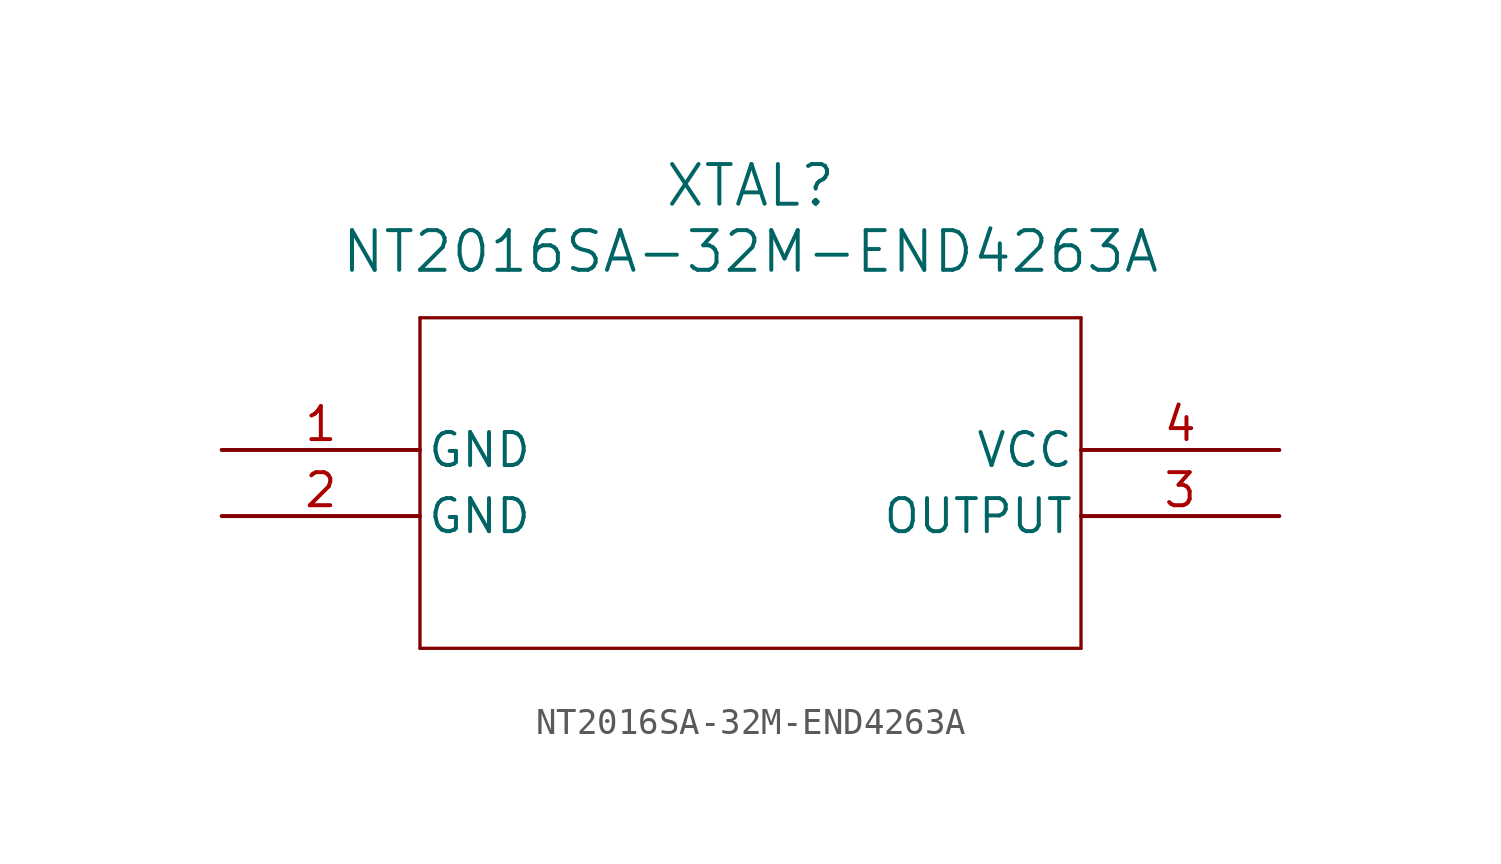
<source format=kicad_sym>
(kicad_symbol_lib
  (version 20211014)
  (generator kicad_symbol_editor)
  (symbol "NT2016SA-32M-END4263A"
    (pin_names
      (offset 0.254))
    (property "Reference" "XTAL"
      (at 20.32 10.16 0)
      (effects (font (size 1.524 1.524))))
    (property "Value" "NT2016SA-32M-END4263A"
      (at 20.32 7.62 0)
      (effects (font (size 1.524 1.524))))
    (symbol "NT2016SA-32M-END4263A_0_1"
      (polyline (pts (xy 7.62 5.08) (xy 7.62 -7.62)) (stroke (width 0.127) (type default) (color 0 0 0 0)) (fill (type none)))
      (polyline (pts (xy 7.62 -7.62) (xy 33.02 -7.62)) (stroke (width 0.127) (type default) (color 0 0 0 0)) (fill (type none)))
      (polyline (pts (xy 33.02 -7.62) (xy 33.02 5.08)) (stroke (width 0.127) (type default) (color 0 0 0 0)) (fill (type none)))
      (polyline (pts (xy 33.02 5.08) (xy 7.62 5.08)) (stroke (width 0.127) (type default) (color 0 0 0 0)) (fill (type none)))
      (pin power_out line (at 0 0 0) (length 7.62) (name "GND" (effects (font (size 1.27 1.27)))) (number "1" (effects (font (size 1.27 1.27)))))
      (pin power_out line (at 0 -2.54 0) (length 7.62) (name "GND" (effects (font (size 1.27 1.27)))) (number "2" (effects (font (size 1.27 1.27)))))
      (pin output line (at 40.64 -2.54 180) (length 7.62) (name "OUTPUT" (effects (font (size 1.27 1.27)))) (number "3" (effects (font (size 1.27 1.27)))))
      (pin power_in line (at 40.64 0 180) (length 7.62) (name "VCC" (effects (font (size 1.27 1.27)))) (number "4" (effects (font (size 1.27 1.27))))))))
</source>
